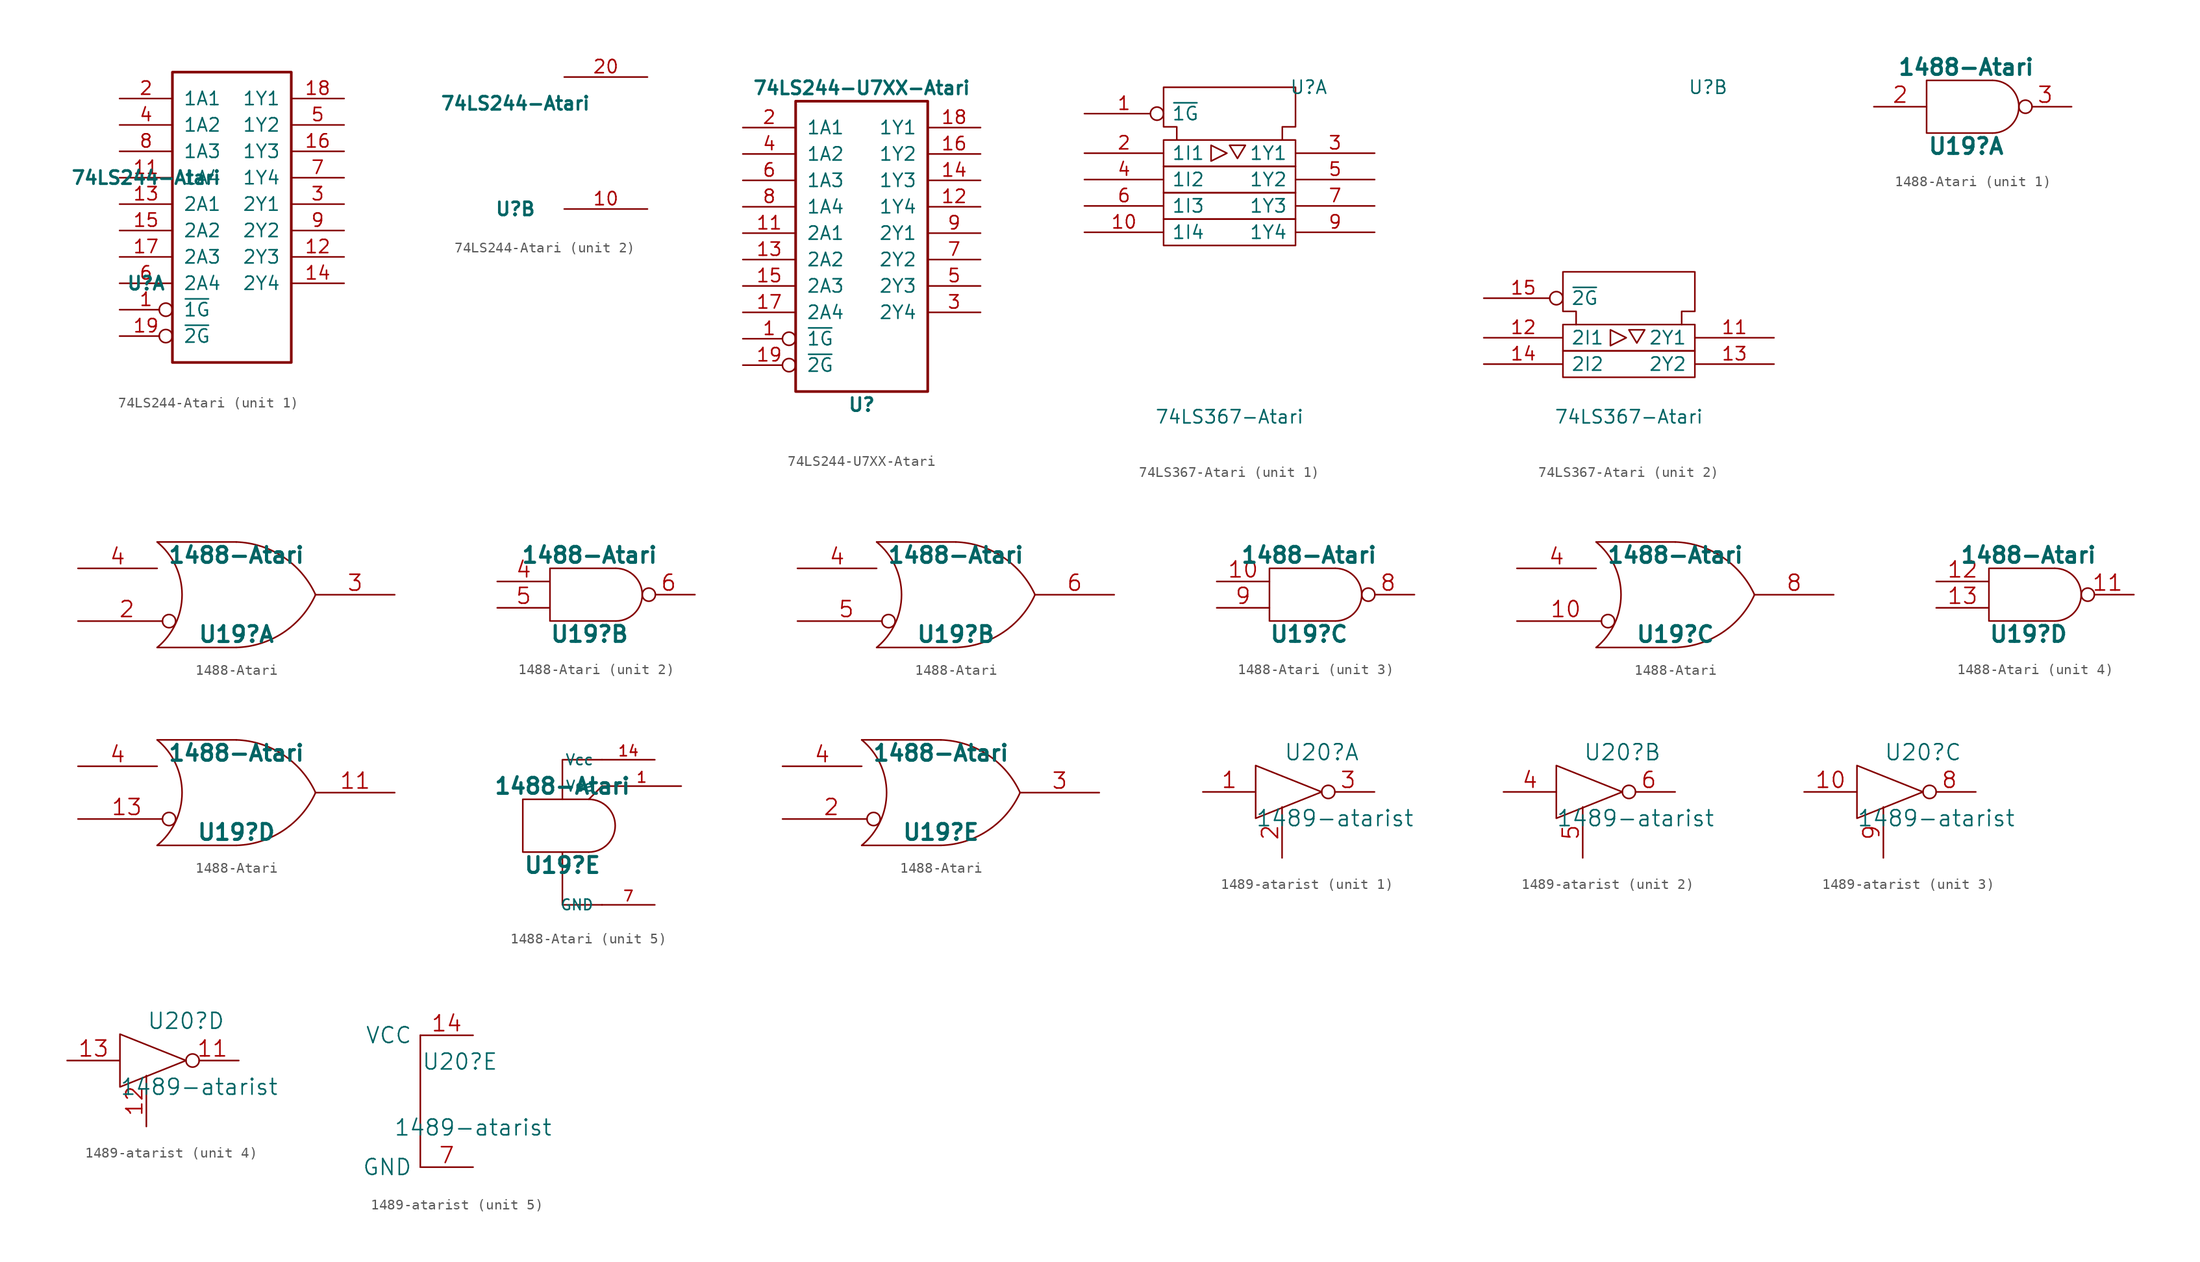
<source format=kicad_sym>
(kicad_symbol_lib
  (version 20231120)
  (generator "kicad_symbol_editor")
  (generator_version "8.0")
  (symbol "74LS244-Atari"
    (pin_names
      (offset 1.016))
    (property "Reference" "U"
      (at -8.89 -6.35 0)
      (effects (font (size 1.27 1.27) (bold yes))))
    (property "Value" "74LS244-Atari"
      (at -8.89 3.81 0)
      (effects (font (size 1.27 1.27) (bold yes))))
    (symbol "74LS244-Atari_1_0"
      (pin input inverted (at -11.43 -8.89 0) (length 5.08) (name "~{1G}" (effects (font (size 1.27 1.27)))) (number "1" (effects (font (size 1.27 1.27)))))
      (pin input line (at -11.43 3.81 0) (length 5.08) (name "1A4" (effects (font (size 1.27 1.27)))) (number "11" (effects (font (size 1.27 1.27)))))
      (pin output line (at 10.16 -3.81 180) (length 5.08) (name "2Y3" (effects (font (size 1.27 1.27)))) (number "12" (effects (font (size 1.27 1.27)))))
      (pin input line (at -11.43 1.27 0) (length 5.08) (name "2A1" (effects (font (size 1.27 1.27)))) (number "13" (effects (font (size 1.27 1.27)))))
      (pin output line (at 10.16 -6.35 180) (length 5.08) (name "2Y4" (effects (font (size 1.27 1.27)))) (number "14" (effects (font (size 1.27 1.27)))))
      (pin input line (at -11.43 -1.27 0) (length 5.08) (name "2A2" (effects (font (size 1.27 1.27)))) (number "15" (effects (font (size 1.27 1.27)))))
      (pin output line (at 10.16 6.35 180) (length 5.08) (name "1Y3" (effects (font (size 1.27 1.27)))) (number "16" (effects (font (size 1.27 1.27)))))
      (pin input line (at -11.43 -3.81 0) (length 5.08) (name "2A3" (effects (font (size 1.27 1.27)))) (number "17" (effects (font (size 1.27 1.27)))))
      (pin output line (at 10.16 11.43 180) (length 5.08) (name "1Y1" (effects (font (size 1.27 1.27)))) (number "18" (effects (font (size 1.27 1.27)))))
      (pin input inverted (at -11.43 -11.43 0) (length 5.08) (name "~{2G}" (effects (font (size 1.27 1.27)))) (number "19" (effects (font (size 1.27 1.27)))))
      (pin input line (at -11.43 11.43 0) (length 5.08) (name "1A1" (effects (font (size 1.27 1.27)))) (number "2" (effects (font (size 1.27 1.27)))))
      (pin output line (at 10.16 1.27 180) (length 5.08) (name "2Y1" (effects (font (size 1.27 1.27)))) (number "3" (effects (font (size 1.27 1.27)))))
      (pin input line (at -11.43 8.89 0) (length 5.08) (name "1A2" (effects (font (size 1.27 1.27)))) (number "4" (effects (font (size 1.27 1.27)))))
      (pin output line (at 10.16 8.89 180) (length 5.08) (name "1Y2" (effects (font (size 1.27 1.27)))) (number "5" (effects (font (size 1.27 1.27)))))
      (pin input line (at -11.43 -6.35 0) (length 5.08) (name "2A4" (effects (font (size 1.27 1.27)))) (number "6" (effects (font (size 1.27 1.27)))))
      (pin output line (at 10.16 3.81 180) (length 5.08) (name "1Y4" (effects (font (size 1.27 1.27)))) (number "7" (effects (font (size 1.27 1.27)))))
      (pin input line (at -11.43 6.35 0) (length 5.08) (name "1A3" (effects (font (size 1.27 1.27)))) (number "8" (effects (font (size 1.27 1.27)))))
      (pin output line (at 10.16 -1.27 180) (length 5.08) (name "2Y2" (effects (font (size 1.27 1.27)))) (number "9" (effects (font (size 1.27 1.27))))))
    (symbol "74LS244-Atari_1_1"
      (rectangle (start -6.35 13.97) (end 5.08 -13.97) (stroke (width 0.254) (type solid)) (fill (type none))))
    (symbol "74LS244-Atari_2_0"
      (pin power_in line (at 3.81 -6.35 180) (length 8.001) (name "GND" (effects (font (size 0 0)))) (number "10" (effects (font (size 1.27 1.27)))))
      (pin power_in line (at 3.81 6.35 180) (length 8.001) (name "VCC" (effects (font (size 0 0)))) (number "20" (effects (font (size 1.27 1.27)))))))
  (symbol "74LS244-U7XX-Atari"
    (pin_names
      (offset 1.016))
    (property "Reference" "U"
      (at 0 -15.24 0)
      (effects (font (size 1.27 1.27) (bold yes))))
    (property "Value" "74LS244-U7XX-Atari"
      (at 0 15.24 0)
      (effects (font (size 1.27 1.27) (bold yes))))
    (symbol "74LS244-U7XX-Atari_1_0"
      (pin input inverted (at -11.43 -8.89 0) (length 5.08) (name "~{1G}" (effects (font (size 1.27 1.27)))) (number "1" (effects (font (size 1.27 1.27)))))
      (pin input line (at -11.43 1.27 0) (length 5.08) (name "2A1" (effects (font (size 1.27 1.27)))) (number "11" (effects (font (size 1.27 1.27)))))
      (pin output line (at 11.43 3.81 180) (length 5.08) (name "1Y4" (effects (font (size 1.27 1.27)))) (number "12" (effects (font (size 1.27 1.27)))))
      (pin input line (at -11.43 -1.27 0) (length 5.08) (name "2A2" (effects (font (size 1.27 1.27)))) (number "13" (effects (font (size 1.27 1.27)))))
      (pin output line (at 11.43 6.35 180) (length 5.08) (name "1Y3" (effects (font (size 1.27 1.27)))) (number "14" (effects (font (size 1.27 1.27)))))
      (pin input line (at -11.43 -3.81 0) (length 5.08) (name "2A3" (effects (font (size 1.27 1.27)))) (number "15" (effects (font (size 1.27 1.27)))))
      (pin output line (at 11.43 8.89 180) (length 5.08) (name "1Y2" (effects (font (size 1.27 1.27)))) (number "16" (effects (font (size 1.27 1.27)))))
      (pin input line (at -11.43 -6.35 0) (length 5.08) (name "2A4" (effects (font (size 1.27 1.27)))) (number "17" (effects (font (size 1.27 1.27)))))
      (pin output line (at 11.43 11.43 180) (length 5.08) (name "1Y1" (effects (font (size 1.27 1.27)))) (number "18" (effects (font (size 1.27 1.27)))))
      (pin input inverted (at -11.43 -11.43 0) (length 5.08) (name "~{2G}" (effects (font (size 1.27 1.27)))) (number "19" (effects (font (size 1.27 1.27)))))
      (pin input line (at -11.43 11.43 0) (length 5.08) (name "1A1" (effects (font (size 1.27 1.27)))) (number "2" (effects (font (size 1.27 1.27)))))
      (pin output line (at 11.43 -6.35 180) (length 5.08) (name "2Y4" (effects (font (size 1.27 1.27)))) (number "3" (effects (font (size 1.27 1.27)))))
      (pin input line (at -11.43 8.89 0) (length 5.08) (name "1A2" (effects (font (size 1.27 1.27)))) (number "4" (effects (font (size 1.27 1.27)))))
      (pin output line (at 11.43 -3.81 180) (length 5.08) (name "2Y3" (effects (font (size 1.27 1.27)))) (number "5" (effects (font (size 1.27 1.27)))))
      (pin input line (at -11.43 6.35 0) (length 5.08) (name "1A3" (effects (font (size 1.27 1.27)))) (number "6" (effects (font (size 1.27 1.27)))))
      (pin output line (at 11.43 -1.27 180) (length 5.08) (name "2Y2" (effects (font (size 1.27 1.27)))) (number "7" (effects (font (size 1.27 1.27)))))
      (pin input line (at -11.43 3.81 0) (length 5.08) (name "1A4" (effects (font (size 1.27 1.27)))) (number "8" (effects (font (size 1.27 1.27)))))
      (pin output line (at 11.43 1.27 180) (length 5.08) (name "2Y1" (effects (font (size 1.27 1.27)))) (number "9" (effects (font (size 1.27 1.27))))))
    (symbol "74LS244-U7XX-Atari_1_1"
      (rectangle (start -6.35 13.97) (end 6.35 -13.97) (stroke (width 0.254) (type solid)) (fill (type none)))
      (pin power_in line (at 0 -2.54 90) (length 0) hide (name "GND" (effects (font (size 0 0)))) (number "10" (effects (font (size 1.27 1.27)))))
      (pin power_in line (at 0 2.54 270) (length 0) hide (name "VCC" (effects (font (size 0 0)))) (number "20" (effects (font (size 1.27 1.27)))))))
  (symbol "74LS367-Atari"
    (pin_names
      (offset 0.762))
    (property "Reference" "U"
      (at 7.62 8.89 0)
      (effects (font (size 1.27 1.27))))
    (property "Value" "74LS367-Atari"
      (at 0 -22.86 0)
      (effects (font (size 1.27 1.27))))
    (symbol "74LS367-Atari_1_0"
      (rectangle (start -6.35 -3.81) (end 6.35 -6.35) (stroke (width 0) (type solid)) (fill (type none)))
      (rectangle (start -6.35 -1.27) (end 6.35 -3.81) (stroke (width 0) (type solid)) (fill (type none)))
      (rectangle (start -6.35 1.27) (end 6.35 -1.27) (stroke (width 0) (type solid)) (fill (type none)))
      (rectangle (start -6.35 3.81) (end 6.35 1.27) (stroke (width 0) (type solid)) (fill (type none)))
      (polyline (pts (xy -1.778 3.302) (xy -0.254 2.54) (xy -1.778 1.778) (xy -1.778 3.302) (xy -1.778 3.302)) (stroke (width 0) (type solid)) (fill (type none)))
      (polyline (pts (xy -5.08 3.81) (xy -5.08 5.08) (xy -6.35 5.08) (xy -6.35 8.89) (xy 6.35 8.89) (xy 6.35 5.08) (xy 5.08 5.08) (xy 5.08 3.81) (xy 5.08 3.81)) (stroke (width 0) (type solid)) (fill (type none))))
    (symbol "74LS367-Atari_1_1"
      (polyline (pts (xy 0 3.302) (xy 1.524 3.302) (xy 0.762 2.032) (xy 0 3.302) (xy 0 3.302)) (stroke (width 0) (type solid)) (fill (type none)))
      (pin input inverted (at -13.97 6.35 0) (length 7.62) (name "~{1G}" (effects (font (size 1.27 1.27)))) (number "1" (effects (font (size 1.27 1.27)))))
      (pin input line (at -13.97 -5.08 0) (length 7.62) (name "1I4" (effects (font (size 1.27 1.27)))) (number "10" (effects (font (size 1.27 1.27)))))
      (pin power_in line (at 5.08 8.89 0) (length 0) hide (name "VCC" (effects (font (size 0 0)))) (number "16" (effects (font (size 1.27 1.27)))))
      (pin input line (at -13.97 2.54 0) (length 7.62) (name "1I1" (effects (font (size 1.27 1.27)))) (number "2" (effects (font (size 1.27 1.27)))))
      (pin tri_state line (at 13.97 2.54 180) (length 7.62) (name "1Y1" (effects (font (size 1.27 1.27)))) (number "3" (effects (font (size 1.27 1.27)))))
      (pin input line (at -13.97 0 0) (length 7.62) (name "1I2" (effects (font (size 1.27 1.27)))) (number "4" (effects (font (size 1.27 1.27)))))
      (pin tri_state line (at 13.97 0 180) (length 7.62) (name "1Y2" (effects (font (size 1.27 1.27)))) (number "5" (effects (font (size 1.27 1.27)))))
      (pin input line (at -13.97 -2.54 0) (length 7.62) (name "1I3" (effects (font (size 1.27 1.27)))) (number "6" (effects (font (size 1.27 1.27)))))
      (pin tri_state line (at 13.97 -2.54 180) (length 7.62) (name "1Y3" (effects (font (size 1.27 1.27)))) (number "7" (effects (font (size 1.27 1.27)))))
      (pin power_in line (at 1.27 8.89 0) (length 0) hide (name "GND" (effects (font (size 0 0)))) (number "8" (effects (font (size 1.27 1.27)))))
      (pin tri_state line (at 13.97 -5.08 180) (length 7.62) (name "1Y4" (effects (font (size 1.27 1.27)))) (number "9" (effects (font (size 1.27 1.27))))))
    (symbol "74LS367-Atari_2_1"
      (rectangle (start -6.35 -16.51) (end 6.35 -19.05) (stroke (width 0) (type solid)) (fill (type none)))
      (rectangle (start -6.35 -13.97) (end 6.35 -16.51) (stroke (width 0) (type solid)) (fill (type none)))
      (polyline (pts (xy -1.778 -14.478) (xy -1.778 -16.002) (xy -0.254 -15.24) (xy -1.778 -14.478) (xy -1.778 -14.478)) (stroke (width 0) (type solid)) (fill (type none)))
      (polyline (pts (xy 0 -14.478) (xy 1.524 -14.478) (xy 0.762 -15.748) (xy 0 -14.478) (xy 0 -14.478)) (stroke (width 0) (type solid)) (fill (type none)))
      (polyline (pts (xy -5.08 -13.97) (xy -5.08 -12.7) (xy -6.35 -12.7) (xy -6.35 -8.89) (xy 6.35 -8.89) (xy 6.35 -12.7) (xy 5.08 -12.7) (xy 5.08 -13.97) (xy 5.08 -13.97)) (stroke (width 0) (type solid)) (fill (type none)))
      (pin tri_state line (at 13.97 -15.24 180) (length 7.62) (name "2Y1" (effects (font (size 1.27 1.27)))) (number "11" (effects (font (size 1.27 1.27)))))
      (pin input line (at -13.97 -15.24 0) (length 7.62) (name "2I1" (effects (font (size 1.27 1.27)))) (number "12" (effects (font (size 1.27 1.27)))))
      (pin tri_state line (at 13.97 -17.78 180) (length 7.62) (name "2Y2" (effects (font (size 1.27 1.27)))) (number "13" (effects (font (size 1.27 1.27)))))
      (pin input line (at -13.97 -17.78 0) (length 7.62) (name "2I2" (effects (font (size 1.27 1.27)))) (number "14" (effects (font (size 1.27 1.27)))))
      (pin input inverted (at -13.97 -11.43 0) (length 7.62) (name "~{2G}" (effects (font (size 1.27 1.27)))) (number "15" (effects (font (size 1.27 1.27)))))))
  (symbol "1488-Atari"
    (pin_names
      (offset 0.762))
    (property "Reference" "U19"
      (at 0 -3.81 0)
      (effects (font (size 1.524 1.524) (bold yes))))
    (property "Value" "1488-Atari"
      (at 0 3.81 0)
      (effects (font (size 1.524 1.524) (bold yes))))
    (property "Footprint" ""
      (at 0 2.54 0)
      (effects (font (size 1.524 1.524))))
    (property "Datasheet" ""
      (at 0 2.54 0)
      (effects (font (size 1.524 1.524))))
    (symbol "1488-Atari_0_1"
      (polyline (pts (xy 2.54 2.54) (xy -3.81 2.54) (xy -3.81 -1.27) (xy -3.81 -2.54) (xy 2.54 -2.54)) (stroke (width 0) (type solid)) (fill (type none)))
      (arc (start 2.54 -2.54) (mid 5.08 0) (end 2.54 2.54) (stroke (width 0) (type solid)) (fill (type none))))
    (symbol "1488-Atari_0_2"
      (arc (start -7.62 -5.08) (mid -5.2253 0) (end -7.62 5.08) (stroke (width 0) (type solid)) (fill (type none)))
      (arc (start 0 -5.08) (mid 4.5408 -3.6305) (end 7.62 0) (stroke (width 0) (type solid)) (fill (type none)))
      (polyline (pts (xy -7.62 -5.08) (xy 0 -5.08)) (stroke (width 0) (type solid)) (fill (type none)))
      (polyline (pts (xy -7.62 5.08) (xy 0 5.08)) (stroke (width 0) (type solid)) (fill (type none)))
      (arc (start 7.62 0) (mid 4.5343 3.6226) (end 0 5.08) (stroke (width 0) (type solid)) (fill (type none))))
    (symbol "1488-Atari_1_1"
      (pin passive line (at -8.89 0 0) (length 5.08) (name "~" (effects (font (size 1.524 1.524)))) (number "2" (effects (font (size 1.524 1.524)))))
      (pin passive inverted (at 10.16 0 180) (length 5.08) (name "~" (effects (font (size 1.524 1.524)))) (number "3" (effects (font (size 1.524 1.524))))))
    (symbol "1488-Atari_1_2"
      (pin passive inverted (at -15.24 -2.54 0) (length 9.398) (name "~" (effects (font (size 1.524 1.524)))) (number "2" (effects (font (size 1.524 1.524)))))
      (pin passive line (at 15.24 0 180) (length 7.62) (name "~" (effects (font (size 1.524 1.524)))) (number "3" (effects (font (size 1.524 1.524)))))
      (pin passive line (at -15.24 2.54 0) (length 7.62) (name "~" (effects (font (size 1.524 1.524)))) (number "4" (effects (font (size 1.524 1.524))))))
    (symbol "1488-Atari_2_1"
      (pin passive line (at -8.89 1.27 0) (length 5.08) (name "~" (effects (font (size 1.524 1.524)))) (number "4" (effects (font (size 1.524 1.524)))))
      (pin passive line (at -8.89 -1.27 0) (length 5.08) (name "~" (effects (font (size 1.524 1.524)))) (number "5" (effects (font (size 1.524 1.524)))))
      (pin passive inverted (at 10.16 0 180) (length 5.08) (name "~" (effects (font (size 1.524 1.524)))) (number "6" (effects (font (size 1.524 1.524))))))
    (symbol "1488-Atari_2_2"
      (pin passive line (at -15.24 2.54 0) (length 7.62) (name "~" (effects (font (size 1.524 1.524)))) (number "4" (effects (font (size 1.524 1.524)))))
      (pin passive inverted (at -15.24 -2.54 0) (length 9.398) (name "~" (effects (font (size 1.524 1.524)))) (number "5" (effects (font (size 1.524 1.524)))))
      (pin passive line (at 15.24 0 180) (length 7.62) (name "~" (effects (font (size 1.524 1.524)))) (number "6" (effects (font (size 1.524 1.524))))))
    (symbol "1488-Atari_3_1"
      (pin passive line (at -8.89 1.27 0) (length 5.08) (name "~" (effects (font (size 1.524 1.524)))) (number "10" (effects (font (size 1.524 1.524)))))
      (pin passive inverted (at 10.16 0 180) (length 5.08) (name "~" (effects (font (size 1.524 1.524)))) (number "8" (effects (font (size 1.524 1.524)))))
      (pin passive line (at -8.89 -1.27 0) (length 5.08) (name "~" (effects (font (size 1.524 1.524)))) (number "9" (effects (font (size 1.524 1.524))))))
    (symbol "1488-Atari_3_2"
      (pin passive inverted (at -15.24 -2.54 0) (length 9.398) (name "~" (effects (font (size 1.524 1.524)))) (number "10" (effects (font (size 1.524 1.524)))))
      (pin passive line (at -15.24 2.54 0) (length 7.62) (name "~" (effects (font (size 1.524 1.524)))) (number "4" (effects (font (size 1.524 1.524)))))
      (pin passive line (at 15.24 0 180) (length 7.62) (name "~" (effects (font (size 1.524 1.524)))) (number "8" (effects (font (size 1.524 1.524))))))
    (symbol "1488-Atari_4_1"
      (pin passive inverted (at 10.16 0 180) (length 5.08) (name "~" (effects (font (size 1.524 1.524)))) (number "11" (effects (font (size 1.524 1.524)))))
      (pin passive line (at -8.89 1.27 0) (length 5.08) (name "~" (effects (font (size 1.524 1.524)))) (number "12" (effects (font (size 1.524 1.524)))))
      (pin passive line (at -8.89 -1.27 0) (length 5.08) (name "~" (effects (font (size 1.524 1.524)))) (number "13" (effects (font (size 1.524 1.524))))))
    (symbol "1488-Atari_4_2"
      (pin passive line (at 15.24 0 180) (length 7.62) (name "~" (effects (font (size 1.524 1.524)))) (number "11" (effects (font (size 1.524 1.524)))))
      (pin passive inverted (at -15.24 -2.54 0) (length 9.398) (name "~" (effects (font (size 1.524 1.524)))) (number "13" (effects (font (size 1.524 1.524)))))
      (pin passive line (at -15.24 2.54 0) (length 7.62) (name "~" (effects (font (size 1.524 1.524)))) (number "4" (effects (font (size 1.524 1.524))))))
    (symbol "1488-Atari_5_1"
      (polyline (pts (xy 3.81 3.81) (xy 2.54 2.54)) (stroke (width 0) (type solid)) (fill (type none)))
      (polyline (pts (xy 0 2.54) (xy 0 6.35) (xy 3.81 6.35)) (stroke (width 0) (type solid)) (fill (type none)))
      (polyline (pts (xy 3.81 -7.62) (xy 0 -7.62) (xy 0 -2.54)) (stroke (width 0) (type solid)) (fill (type none)))
      (pin power_in line (at 11.43 3.81 180) (length 7.595) (name "Vee" (effects (font (size 1.016 1.016)))) (number "1" (effects (font (size 1.016 1.016)))))
      (pin passive line (at 8.89 6.35 180) (length 5.08) (name "Vcc" (effects (font (size 1.016 1.016)))) (number "14" (effects (font (size 1.016 1.016)))))
      (pin passive line (at 8.89 -7.62 180) (length 5.08) (name "GND" (effects (font (size 1.016 1.016)))) (number "7" (effects (font (size 1.016 1.016))))))
    (symbol "1488-Atari_5_2"
      (pin passive inverted (at -15.24 -2.54 0) (length 9.398) (name "~" (effects (font (size 1.524 1.524)))) (number "2" (effects (font (size 1.524 1.524)))))
      (pin passive line (at 15.24 0 180) (length 7.62) (name "~" (effects (font (size 1.524 1.524)))) (number "3" (effects (font (size 1.524 1.524)))))
      (pin passive line (at -15.24 2.54 0) (length 7.62) (name "~" (effects (font (size 1.524 1.524)))) (number "4" (effects (font (size 1.524 1.524)))))))
  (symbol "1489-atarist"
    (pin_names
      (offset 0.762))
    (property "Reference" "U20"
      (at 3.81 3.81 0)
      (effects (font (size 1.524 1.524))))
    (property "Value" "1489-atarist"
      (at 5.08 -2.54 0)
      (effects (font (size 1.524 1.524))))
    (property "Footprint" ""
      (at -1.27 -5.08 0)
      (effects (font (size 1.524 1.524))))
    (property "Datasheet" ""
      (at -1.27 -5.08 0)
      (effects (font (size 1.524 1.524))))
    (symbol "1489-atarist_1_0"
      (pin input line (at 0 -6.35 90) (length 4.902) (name "~" (effects (font (size 1.524 1.524)))) (number "2" (effects (font (size 1.524 1.524))))))
    (symbol "1489-atarist_1_1"
      (polyline (pts (xy -2.54 2.54) (xy -2.54 -2.54) (xy 3.81 0) (xy -2.54 2.54)) (stroke (width 0) (type solid)) (fill (type none)))
      (pin input line (at -7.62 0 0) (length 5.08) (name "~" (effects (font (size 1.524 1.524)))) (number "1" (effects (font (size 1.524 1.524)))))
      (pin tri_state inverted (at 8.89 0 180) (length 5.08) (name "~" (effects (font (size 1.524 1.524)))) (number "3" (effects (font (size 1.524 1.524))))))
    (symbol "1489-atarist_2_0"
      (pin input line (at 0 -6.35 90) (length 4.902) (name "~" (effects (font (size 1.524 1.524)))) (number "5" (effects (font (size 1.524 1.524))))))
    (symbol "1489-atarist_2_1"
      (polyline (pts (xy -2.54 2.54) (xy -2.54 -2.54) (xy 3.81 0) (xy -2.54 2.54)) (stroke (width 0) (type solid)) (fill (type none)))
      (pin input line (at -7.62 0 0) (length 5.08) (name "~" (effects (font (size 1.524 1.524)))) (number "4" (effects (font (size 1.524 1.524)))))
      (pin tri_state inverted (at 8.89 0 180) (length 5.08) (name "~" (effects (font (size 1.524 1.524)))) (number "6" (effects (font (size 1.524 1.524))))))
    (symbol "1489-atarist_3_0"
      (pin input line (at 0 -6.35 90) (length 4.902) (name "~" (effects (font (size 1.524 1.524)))) (number "9" (effects (font (size 1.524 1.524))))))
    (symbol "1489-atarist_3_1"
      (polyline (pts (xy -2.54 2.54) (xy -2.54 -2.54) (xy 3.81 0) (xy -2.54 2.54)) (stroke (width 0) (type solid)) (fill (type none)))
      (pin input line (at -7.62 0 0) (length 5.08) (name "~" (effects (font (size 1.524 1.524)))) (number "10" (effects (font (size 1.524 1.524)))))
      (pin tri_state inverted (at 8.89 0 180) (length 5.08) (name "~" (effects (font (size 1.524 1.524)))) (number "8" (effects (font (size 1.524 1.524))))))
    (symbol "1489-atarist_4_0"
      (pin input line (at 0 -6.35 90) (length 4.902) (name "~" (effects (font (size 1.524 1.524)))) (number "12" (effects (font (size 1.524 1.524))))))
    (symbol "1489-atarist_4_1"
      (polyline (pts (xy -2.54 2.54) (xy -2.54 -2.54) (xy 3.81 0) (xy -2.54 2.54)) (stroke (width 0) (type solid)) (fill (type none)))
      (pin tri_state inverted (at 8.89 0 180) (length 5.08) (name "~" (effects (font (size 1.524 1.524)))) (number "11" (effects (font (size 1.524 1.524)))))
      (pin input line (at -7.62 0 0) (length 5.08) (name "~" (effects (font (size 1.524 1.524)))) (number "13" (effects (font (size 1.524 1.524))))))
    (symbol "1489-atarist_5_1"
      (polyline (pts (xy 0 -6.35) (xy 0 6.35)) (stroke (width 0) (type solid)) (fill (type none)))
      (pin power_in line (at 5.08 6.35 180) (length 5.08) (name "VCC" (effects (font (size 1.524 1.524)))) (number "14" (effects (font (size 1.524 1.524)))))
      (pin power_in line (at 5.08 -6.35 180) (length 5.08) (name "GND" (effects (font (size 1.524 1.524)))) (number "7" (effects (font (size 1.524 1.524))))))))
</source>
